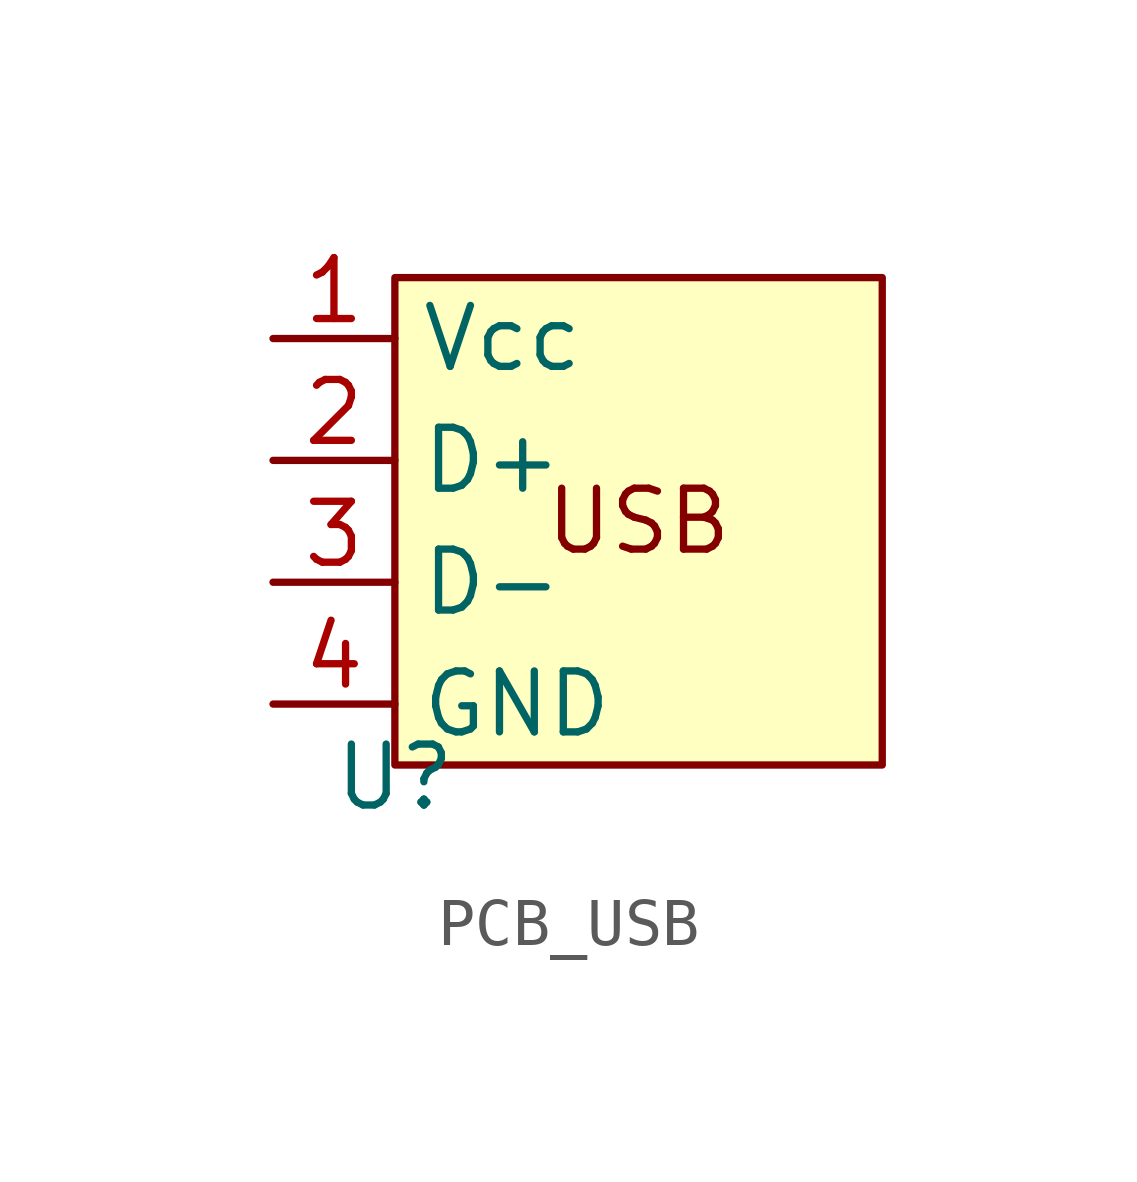
<source format=kicad_sym>
(kicad_symbol_lib
  (version 20231120)
  (generator "kicad_symbol_editor")
  (generator_version "8.0")
  (symbol "PCB_USB"
    (property "Reference" "U"
      (at -3.81 -5.334 0)
      (effects (font (size 1.27 1.27))))
    (property "Value" ""
      (at 2.54 -5.08 0)
      (effects (font (size 1.27 1.27))))
    (symbol "PCB_USB_1_1"
      (rectangle (start -3.81 5.08) (end 6.35 -5.08) (stroke (width 0) (type solid)) (fill (type background)))
      (text "USB" (at 1.27 0 0) (effects (font (size 1.27 1.27))))
      (pin power_in line (at -6.35 3.81 0) (length 2.54) (name "Vcc" (effects (font (size 1.27 1.27)))) (number "1" (effects (font (size 1.27 1.27)))))
      (pin bidirectional line (at -6.35 1.27 0) (length 2.54) (name "D+" (effects (font (size 1.27 1.27)))) (number "2" (effects (font (size 1.27 1.27)))))
      (pin bidirectional line (at -6.35 -1.27 0) (length 2.54) (name "D-" (effects (font (size 1.27 1.27)))) (number "3" (effects (font (size 1.27 1.27)))))
      (pin power_in line (at -6.35 -3.81 0) (length 2.54) (name "GND" (effects (font (size 1.27 1.27)))) (number "4" (effects (font (size 1.27 1.27))))))))
</source>
